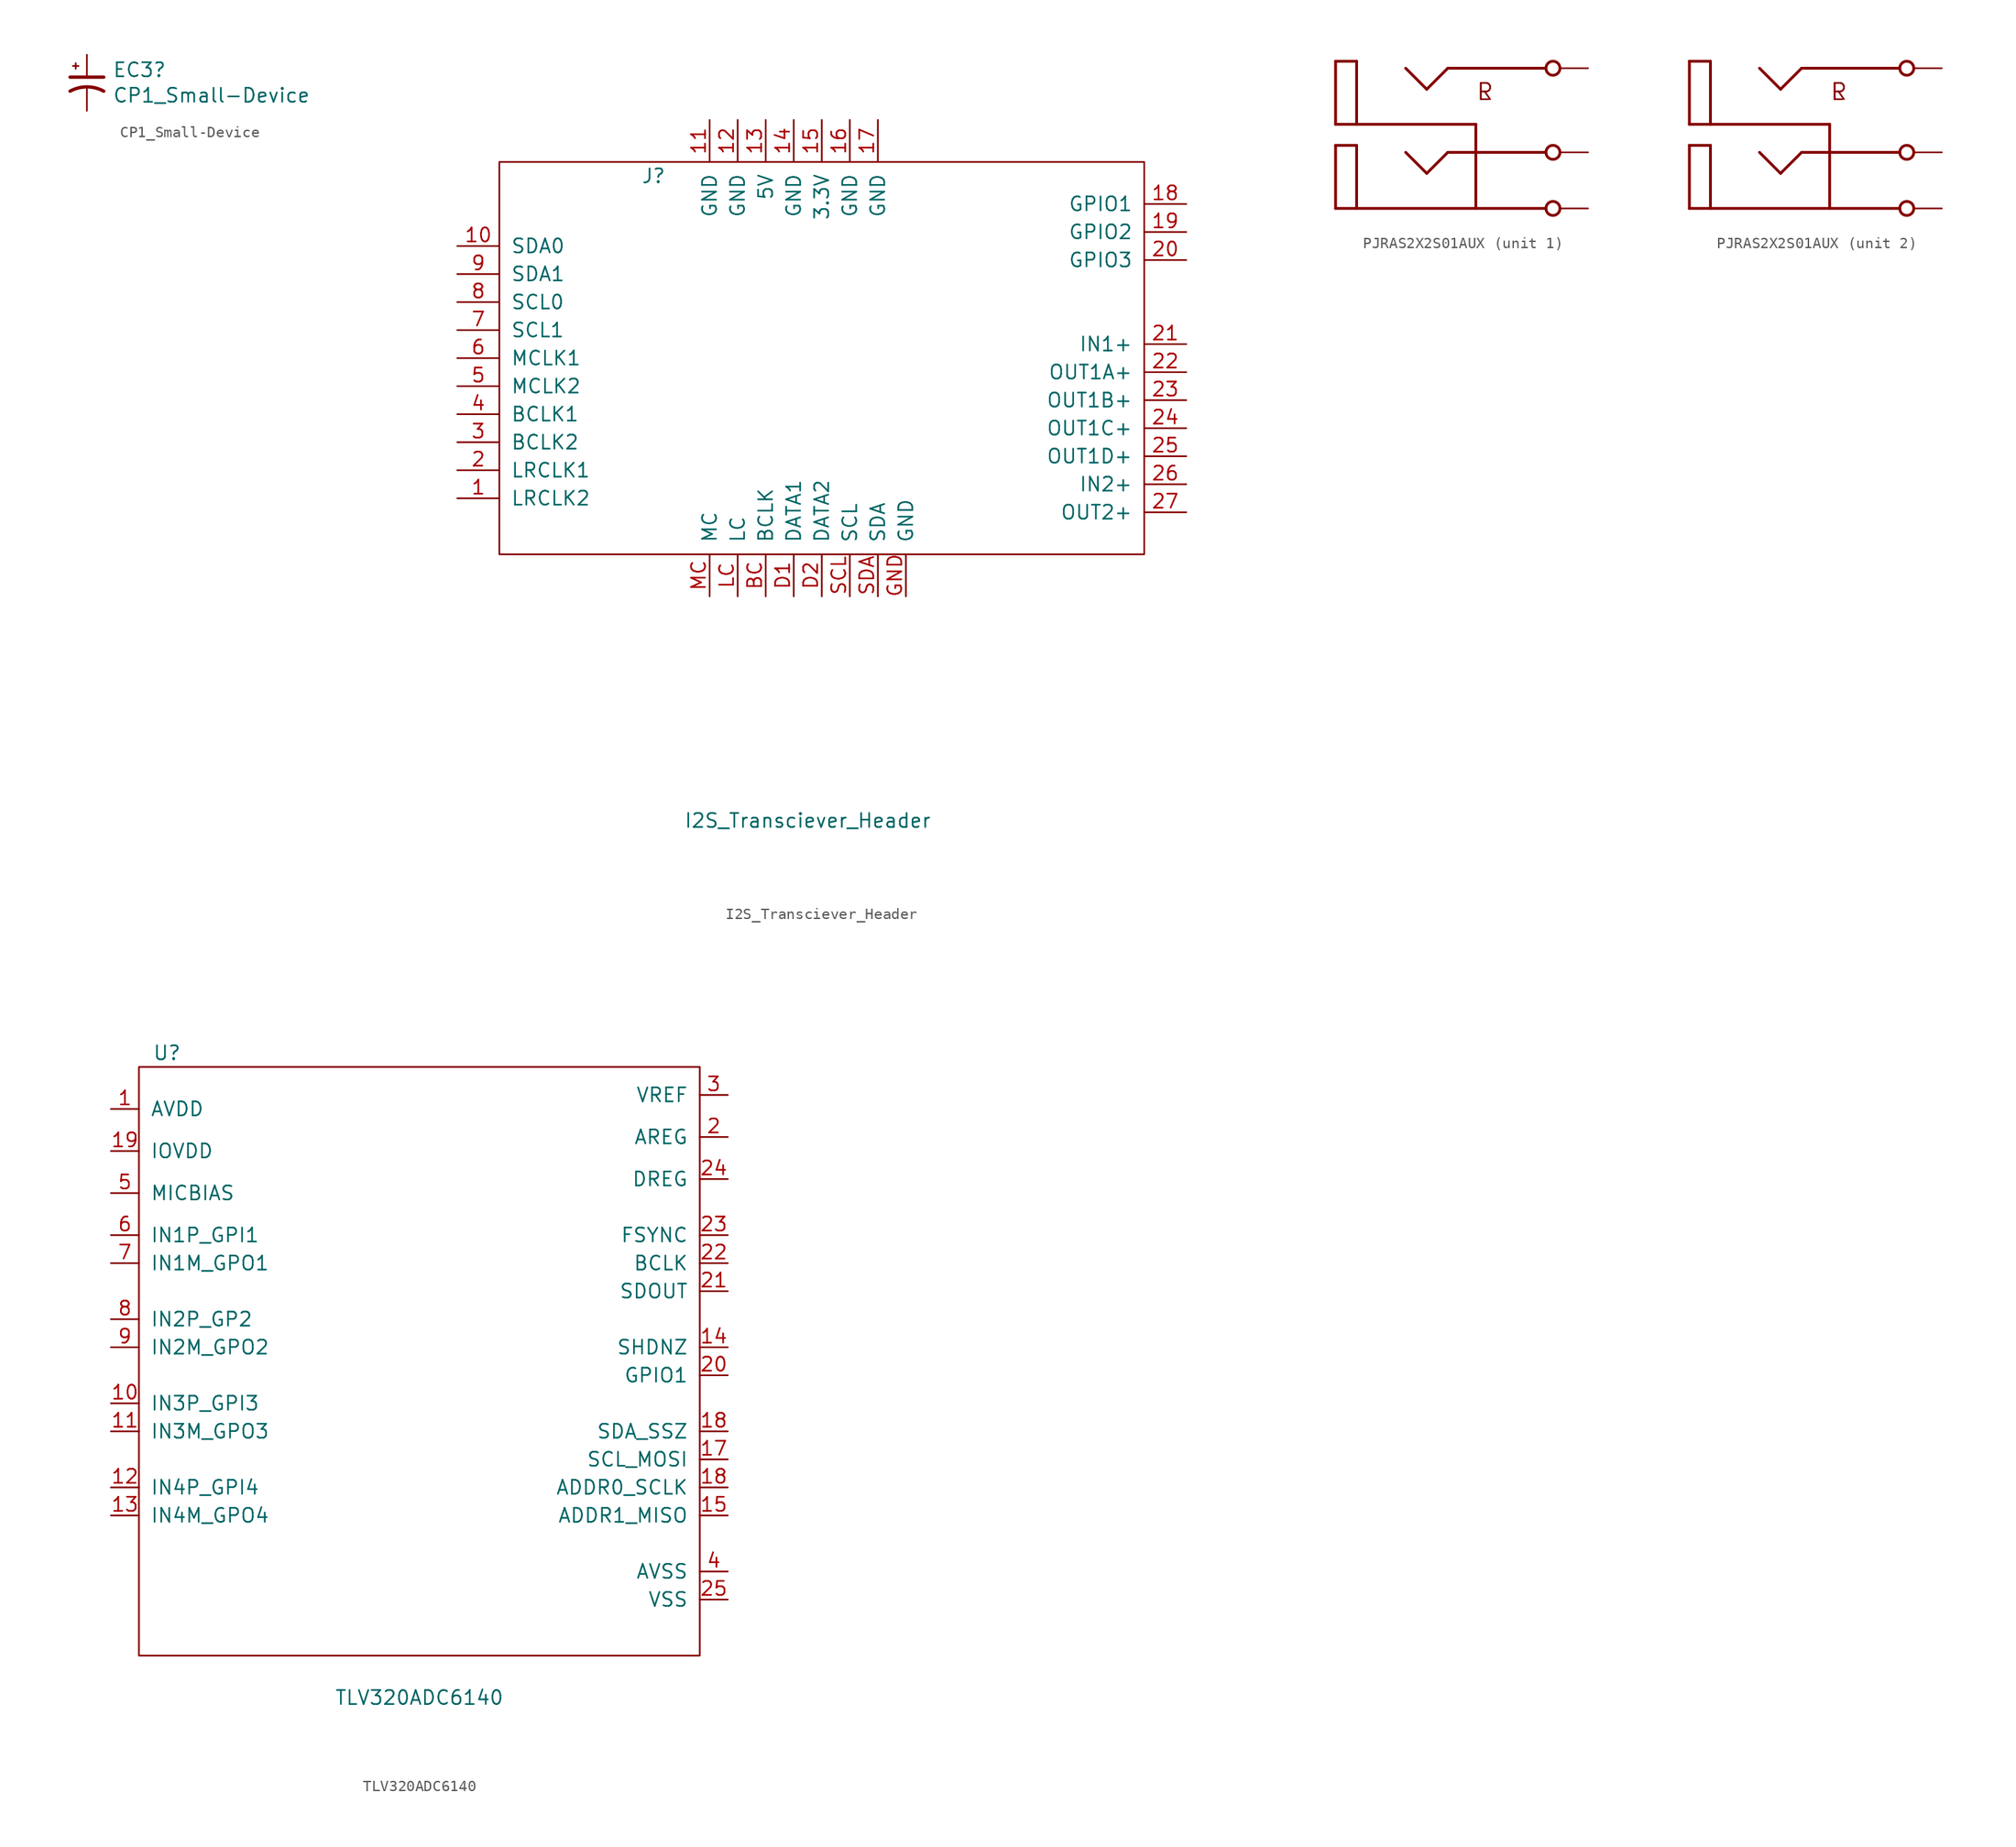
<source format=kicad_sym>
(kicad_symbol_lib
  (version 20211014)
  (generator kicad_symbol_editor)
  (symbol "CP1_Small-Device"
    (pin_numbers hide)
    (pin_names
      (offset 0.254) hide)
    (property "Reference" "EC3"
      (at 2.311 1.168 0)
      (effects (font (size 1.27 1.27)) (justify left)))
    (property "Value" "CP1_Small-Device"
      (at 2.311 -1.143 0)
      (effects (font (size 1.27 1.27)) (justify left)))
    (symbol "CP1_Small-Device_0_1"
      (polyline (pts (xy -1.524 0.508) (xy 1.524 0.508)) (stroke (width 0.305) (type default) (color 0 0 0 0)) (fill (type none)))
      (polyline (pts (xy -1.27 1.524) (xy -0.762 1.524)) (stroke (width 0) (type default) (color 0 0 0 0)) (fill (type none)))
      (polyline (pts (xy -1.016 1.27) (xy -1.016 1.778)) (stroke (width 0) (type default) (color 0 0 0 0)) (fill (type none)))
      (arc (start 1.524 -0.762) (mid 0 -0.3734) (end -1.524 -0.762) (stroke (width 0.3048) (type default) (color 0 0 0 0)) (fill (type none))))
    (symbol "CP1_Small-Device_1_1"
      (pin passive line (at 0 2.54 270) (length 2.032) (name "~" (effects (font (size 1.27 1.27)))) (number "1" (effects (font (size 1.27 1.27)))))
      (pin passive line (at 0 -2.54 90) (length 2.032) (name "~" (effects (font (size 1.27 1.27)))) (number "2" (effects (font (size 1.27 1.27)))))))
  (symbol "I2S_Transciever_Header"
    (pin_names
      (offset 1.016))
    (property "Reference" "J"
      (at -12.7 16.51 0)
      (effects (font (size 1.27 1.27))))
    (property "Value" "I2S_Transciever_Header"
      (at 1.27 -41.91 0)
      (effects (font (size 1.27 1.27))))
    (symbol "I2S_Transciever_Header_0_1"
      (rectangle (start -26.67 17.78) (end 31.75 -17.78) (stroke (width 0) (type default) (color 0 0 0 0)) (fill (type none))))
    (symbol "I2S_Transciever_Header_1_1"
      (pin passive line (at -30.48 -12.7 0) (length 3.81) (name "LRCLK2" (effects (font (size 1.27 1.27)))) (number "1" (effects (font (size 1.27 1.27)))))
      (pin passive line (at -30.48 10.16 0) (length 3.81) (name "SDA0" (effects (font (size 1.27 1.27)))) (number "10" (effects (font (size 1.27 1.27)))))
      (pin passive line (at -7.62 21.59 270) (length 3.81) (name "GND" (effects (font (size 1.27 1.27)))) (number "11" (effects (font (size 1.27 1.27)))))
      (pin passive line (at -5.08 21.59 270) (length 3.81) (name "GND" (effects (font (size 1.27 1.27)))) (number "12" (effects (font (size 1.27 1.27)))))
      (pin passive line (at -2.54 21.59 270) (length 3.81) (name "5V" (effects (font (size 1.27 1.27)))) (number "13" (effects (font (size 1.27 1.27)))))
      (pin passive line (at 0 21.59 270) (length 3.81) (name "GND" (effects (font (size 1.27 1.27)))) (number "14" (effects (font (size 1.27 1.27)))))
      (pin passive line (at 2.54 21.59 270) (length 3.81) (name "3.3V" (effects (font (size 1.27 1.27)))) (number "15" (effects (font (size 1.27 1.27)))))
      (pin passive line (at 5.08 21.59 270) (length 3.81) (name "GND" (effects (font (size 1.27 1.27)))) (number "16" (effects (font (size 1.27 1.27)))))
      (pin passive line (at 7.62 21.59 270) (length 3.81) (name "GND" (effects (font (size 1.27 1.27)))) (number "17" (effects (font (size 1.27 1.27)))))
      (pin passive line (at 35.56 13.97 180) (length 3.81) (name "GPIO1" (effects (font (size 1.27 1.27)))) (number "18" (effects (font (size 1.27 1.27)))))
      (pin passive line (at 35.56 11.43 180) (length 3.81) (name "GPIO2" (effects (font (size 1.27 1.27)))) (number "19" (effects (font (size 1.27 1.27)))))
      (pin passive line (at -30.48 -10.16 0) (length 3.81) (name "LRCLK1" (effects (font (size 1.27 1.27)))) (number "2" (effects (font (size 1.27 1.27)))))
      (pin passive line (at 35.56 8.89 180) (length 3.81) (name "GPIO3" (effects (font (size 1.27 1.27)))) (number "20" (effects (font (size 1.27 1.27)))))
      (pin passive line (at 35.56 1.27 180) (length 3.81) (name "IN1+" (effects (font (size 1.27 1.27)))) (number "21" (effects (font (size 1.27 1.27)))))
      (pin passive line (at 35.56 -1.27 180) (length 3.81) (name "OUT1A+" (effects (font (size 1.27 1.27)))) (number "22" (effects (font (size 1.27 1.27)))))
      (pin passive line (at 35.56 -3.81 180) (length 3.81) (name "OUT1B+" (effects (font (size 1.27 1.27)))) (number "23" (effects (font (size 1.27 1.27)))))
      (pin passive line (at 35.56 -6.35 180) (length 3.81) (name "OUT1C+" (effects (font (size 1.27 1.27)))) (number "24" (effects (font (size 1.27 1.27)))))
      (pin passive line (at 35.56 -8.89 180) (length 3.81) (name "OUT1D+" (effects (font (size 1.27 1.27)))) (number "25" (effects (font (size 1.27 1.27)))))
      (pin passive line (at 35.56 -11.43 180) (length 3.81) (name "IN2+" (effects (font (size 1.27 1.27)))) (number "26" (effects (font (size 1.27 1.27)))))
      (pin passive line (at 35.56 -13.97 180) (length 3.81) (name "OUT2+" (effects (font (size 1.27 1.27)))) (number "27" (effects (font (size 1.27 1.27)))))
      (pin passive line (at -30.48 -7.62 0) (length 3.81) (name "BCLK2" (effects (font (size 1.27 1.27)))) (number "3" (effects (font (size 1.27 1.27)))))
      (pin passive line (at -30.48 -5.08 0) (length 3.81) (name "BCLK1" (effects (font (size 1.27 1.27)))) (number "4" (effects (font (size 1.27 1.27)))))
      (pin passive line (at -30.48 -2.54 0) (length 3.81) (name "MCLK2" (effects (font (size 1.27 1.27)))) (number "5" (effects (font (size 1.27 1.27)))))
      (pin passive line (at -30.48 0 0) (length 3.81) (name "MCLK1" (effects (font (size 1.27 1.27)))) (number "6" (effects (font (size 1.27 1.27)))))
      (pin passive line (at -30.48 2.54 0) (length 3.81) (name "SCL1" (effects (font (size 1.27 1.27)))) (number "7" (effects (font (size 1.27 1.27)))))
      (pin passive line (at -30.48 5.08 0) (length 3.81) (name "SCL0" (effects (font (size 1.27 1.27)))) (number "8" (effects (font (size 1.27 1.27)))))
      (pin passive line (at -30.48 7.62 0) (length 3.81) (name "SDA1" (effects (font (size 1.27 1.27)))) (number "9" (effects (font (size 1.27 1.27)))))
      (pin passive line (at -2.54 -21.59 90) (length 3.81) (name "BCLK" (effects (font (size 1.27 1.27)))) (number "BC" (effects (font (size 1.27 1.27)))))
      (pin passive line (at 0 -21.59 90) (length 3.81) (name "DATA1" (effects (font (size 1.27 1.27)))) (number "D1" (effects (font (size 1.27 1.27)))))
      (pin passive line (at 2.54 -21.59 90) (length 3.81) (name "DATA2" (effects (font (size 1.27 1.27)))) (number "D2" (effects (font (size 1.27 1.27)))))
      (pin passive line (at 10.16 -21.59 90) (length 3.81) (name "GND" (effects (font (size 1.27 1.27)))) (number "GND" (effects (font (size 1.27 1.27)))))
      (pin passive line (at -5.08 -21.59 90) (length 3.81) (name "LC" (effects (font (size 1.27 1.27)))) (number "LC" (effects (font (size 1.27 1.27)))))
      (pin passive line (at -7.62 -21.59 90) (length 3.81) (name "MC" (effects (font (size 1.27 1.27)))) (number "MC" (effects (font (size 1.27 1.27)))))
      (pin passive line (at 5.08 -21.59 90) (length 3.81) (name "SCL" (effects (font (size 1.27 1.27)))) (number "SCL" (effects (font (size 1.27 1.27)))))
      (pin passive line (at 7.62 -21.59 90) (length 3.81) (name "SDA" (effects (font (size 1.27 1.27)))) (number "SDA" (effects (font (size 1.27 1.27)))))))
  (symbol "PJRAS2X2S01AUX"
    (pin_numbers hide)
    (pin_names
      (offset 1.016) hide)
    (property "Reference" "RCA_IN1"
      (at 0 0 0)
      (effects (font (size 1.27 1.27)) (justify left bottom) hide))
    (property "ki_locked" ""
      (at 0 0 0)
      (effects (font (size 1.27 1.27))))
    (symbol "PJRAS2X2S01AUX_0_0"
      (text "L" (at 2.54 5.08 0) (effects (font (size 1.473 1.473)) (justify left top)))
      (text "R" (at 2.54 5.08 0) (effects (font (size 1.473 1.473)) (justify left top))))
    (symbol "PJRAS2X2S01AUX_1_0"
      (polyline (pts (xy -10.16 -6.35) (xy 8.89 -6.35)) (stroke (width 0.254) (type default) (color 0 0 0 0)) (fill (type none)))
      (polyline (pts (xy -10.16 -0.635) (xy -10.16 -6.35)) (stroke (width 0.254) (type default) (color 0 0 0 0)) (fill (type none)))
      (polyline (pts (xy -10.16 -0.635) (xy -8.255 -0.635)) (stroke (width 0.254) (type default) (color 0 0 0 0)) (fill (type none)))
      (polyline (pts (xy -10.16 1.27) (xy 2.54 1.27)) (stroke (width 0.254) (type default) (color 0 0 0 0)) (fill (type none)))
      (polyline (pts (xy -10.16 6.985) (xy -10.16 1.27)) (stroke (width 0.254) (type default) (color 0 0 0 0)) (fill (type none)))
      (polyline (pts (xy -10.16 6.985) (xy -8.255 6.985)) (stroke (width 0.254) (type default) (color 0 0 0 0)) (fill (type none)))
      (polyline (pts (xy -8.255 -0.635) (xy -8.255 -6.35)) (stroke (width 0.254) (type default) (color 0 0 0 0)) (fill (type none)))
      (polyline (pts (xy -8.255 6.985) (xy -8.255 1.27)) (stroke (width 0.254) (type default) (color 0 0 0 0)) (fill (type none)))
      (polyline (pts (xy -3.81 -1.27) (xy -1.905 -3.175)) (stroke (width 0.254) (type default) (color 0 0 0 0)) (fill (type none)))
      (polyline (pts (xy -3.81 6.35) (xy -1.905 4.445)) (stroke (width 0.254) (type default) (color 0 0 0 0)) (fill (type none)))
      (polyline (pts (xy -1.905 -3.175) (xy 0 -1.27)) (stroke (width 0.254) (type default) (color 0 0 0 0)) (fill (type none)))
      (polyline (pts (xy -1.905 4.445) (xy 0 6.35)) (stroke (width 0.254) (type default) (color 0 0 0 0)) (fill (type none)))
      (polyline (pts (xy 0 -1.27) (xy 8.89 -1.27)) (stroke (width 0.254) (type default) (color 0 0 0 0)) (fill (type none)))
      (polyline (pts (xy 0 6.35) (xy 8.89 6.35)) (stroke (width 0.254) (type default) (color 0 0 0 0)) (fill (type none)))
      (polyline (pts (xy 2.54 1.27) (xy 2.54 -6.35)) (stroke (width 0.254) (type default) (color 0 0 0 0)) (fill (type none)))
      (circle (center 9.525 -6.35) (radius 0.635) (stroke (width 0.254) (type default) (color 0 0 0 0)) (fill (type none)))
      (circle (center 9.525 -1.27) (radius 0.635) (stroke (width 0.254) (type default) (color 0 0 0 0)) (fill (type none)))
      (circle (center 9.525 6.35) (radius 0.635) (stroke (width 0.254) (type default) (color 0 0 0 0)) (fill (type none)))
      (pin passive line (at 12.7 -6.35 180) (length 2.54) (name "1S" (effects (font (size 1.016 1.016)))) (number "1S" (effects (font (size 1.016 1.016)))))
      (pin passive line (at 12.7 -1.27 180) (length 2.54) (name "1T1" (effects (font (size 1.016 1.016)))) (number "1T1" (effects (font (size 1.016 1.016)))))
      (pin passive line (at 12.7 6.35 180) (length 2.54) (name "1T2" (effects (font (size 1.016 1.016)))) (number "1T2" (effects (font (size 1.016 1.016))))))
    (symbol "PJRAS2X2S01AUX_2_0"
      (polyline (pts (xy -10.16 -6.35) (xy 8.89 -6.35)) (stroke (width 0.254) (type default) (color 0 0 0 0)) (fill (type none)))
      (polyline (pts (xy -10.16 -0.635) (xy -10.16 -6.35)) (stroke (width 0.254) (type default) (color 0 0 0 0)) (fill (type none)))
      (polyline (pts (xy -10.16 -0.635) (xy -8.255 -0.635)) (stroke (width 0.254) (type default) (color 0 0 0 0)) (fill (type none)))
      (polyline (pts (xy -10.16 1.27) (xy 2.54 1.27)) (stroke (width 0.254) (type default) (color 0 0 0 0)) (fill (type none)))
      (polyline (pts (xy -10.16 6.985) (xy -10.16 1.27)) (stroke (width 0.254) (type default) (color 0 0 0 0)) (fill (type none)))
      (polyline (pts (xy -10.16 6.985) (xy -8.255 6.985)) (stroke (width 0.254) (type default) (color 0 0 0 0)) (fill (type none)))
      (polyline (pts (xy -8.255 -0.635) (xy -8.255 -6.35)) (stroke (width 0.254) (type default) (color 0 0 0 0)) (fill (type none)))
      (polyline (pts (xy -8.255 6.985) (xy -8.255 1.27)) (stroke (width 0.254) (type default) (color 0 0 0 0)) (fill (type none)))
      (polyline (pts (xy -3.81 -1.27) (xy -1.905 -3.175)) (stroke (width 0.254) (type default) (color 0 0 0 0)) (fill (type none)))
      (polyline (pts (xy -3.81 6.35) (xy -1.905 4.445)) (stroke (width 0.254) (type default) (color 0 0 0 0)) (fill (type none)))
      (polyline (pts (xy -1.905 -3.175) (xy 0 -1.27)) (stroke (width 0.254) (type default) (color 0 0 0 0)) (fill (type none)))
      (polyline (pts (xy -1.905 4.445) (xy 0 6.35)) (stroke (width 0.254) (type default) (color 0 0 0 0)) (fill (type none)))
      (polyline (pts (xy 0 -1.27) (xy 8.89 -1.27)) (stroke (width 0.254) (type default) (color 0 0 0 0)) (fill (type none)))
      (polyline (pts (xy 0 6.35) (xy 8.89 6.35)) (stroke (width 0.254) (type default) (color 0 0 0 0)) (fill (type none)))
      (polyline (pts (xy 2.54 1.27) (xy 2.54 -6.35)) (stroke (width 0.254) (type default) (color 0 0 0 0)) (fill (type none)))
      (circle (center 9.525 -6.35) (radius 0.635) (stroke (width 0.254) (type default) (color 0 0 0 0)) (fill (type none)))
      (circle (center 9.525 -1.27) (radius 0.635) (stroke (width 0.254) (type default) (color 0 0 0 0)) (fill (type none)))
      (circle (center 9.525 6.35) (radius 0.635) (stroke (width 0.254) (type default) (color 0 0 0 0)) (fill (type none)))
      (pin passive line (at 12.7 -6.35 180) (length 2.54) (name "2S" (effects (font (size 1.016 1.016)))) (number "2S" (effects (font (size 1.016 1.016)))))
      (pin passive line (at 12.7 -1.27 180) (length 2.54) (name "2T1" (effects (font (size 1.016 1.016)))) (number "2T1" (effects (font (size 1.016 1.016)))))
      (pin passive line (at 12.7 6.35 180) (length 2.54) (name "2T2" (effects (font (size 1.016 1.016)))) (number "2T2" (effects (font (size 1.016 1.016)))))))
  (symbol "TLV320ADC6140"
    (pin_names
      (offset 1.016))
    (property "Reference" "U"
      (at -22.86 25.4 0)
      (effects (font (size 1.27 1.27))))
    (property "Value" "TLV320ADC6140"
      (at 0 -33.02 0)
      (effects (font (size 1.27 1.27))))
    (symbol "TLV320ADC6140_0_1"
      (rectangle (start -25.4 24.13) (end 25.4 -29.21) (stroke (width 0) (type default) (color 0 0 0 0)) (fill (type none))))
    (symbol "TLV320ADC6140_1_1"
      (pin input line (at -27.94 20.32 0) (length 2.54) (name "AVDD" (effects (font (size 1.27 1.27)))) (number "1" (effects (font (size 1.27 1.27)))))
      (pin input line (at -27.94 -6.35 0) (length 2.54) (name "IN3P_GPI3" (effects (font (size 1.27 1.27)))) (number "10" (effects (font (size 1.27 1.27)))))
      (pin input line (at -27.94 -8.89 0) (length 2.54) (name "IN3M_GPO3" (effects (font (size 1.27 1.27)))) (number "11" (effects (font (size 1.27 1.27)))))
      (pin input line (at -27.94 -13.97 0) (length 2.54) (name "IN4P_GPI4" (effects (font (size 1.27 1.27)))) (number "12" (effects (font (size 1.27 1.27)))))
      (pin input line (at -27.94 -16.51 0) (length 2.54) (name "IN4M_GPO4" (effects (font (size 1.27 1.27)))) (number "13" (effects (font (size 1.27 1.27)))))
      (pin input line (at 27.94 -1.27 180) (length 2.54) (name "SHDNZ" (effects (font (size 1.27 1.27)))) (number "14" (effects (font (size 1.27 1.27)))))
      (pin input line (at 27.94 -16.51 180) (length 2.54) (name "ADDR1_MISO" (effects (font (size 1.27 1.27)))) (number "15" (effects (font (size 1.27 1.27)))))
      (pin input line (at 27.94 -11.43 180) (length 2.54) (name "SCL_MOSI" (effects (font (size 1.27 1.27)))) (number "17" (effects (font (size 1.27 1.27)))))
      (pin input line (at 27.94 -13.97 180) (length 2.54) (name "ADDR0_SCLK" (effects (font (size 1.27 1.27)))) (number "18" (effects (font (size 1.27 1.27)))))
      (pin input line (at 27.94 -8.89 180) (length 2.54) (name "SDA_SSZ" (effects (font (size 1.27 1.27)))) (number "18" (effects (font (size 1.27 1.27)))))
      (pin input line (at -27.94 16.51 0) (length 2.54) (name "IOVDD" (effects (font (size 1.27 1.27)))) (number "19" (effects (font (size 1.27 1.27)))))
      (pin input line (at 27.94 17.78 180) (length 2.54) (name "AREG" (effects (font (size 1.27 1.27)))) (number "2" (effects (font (size 1.27 1.27)))))
      (pin input line (at 27.94 -3.81 180) (length 2.54) (name "GPIO1" (effects (font (size 1.27 1.27)))) (number "20" (effects (font (size 1.27 1.27)))))
      (pin input line (at 27.94 3.81 180) (length 2.54) (name "SDOUT" (effects (font (size 1.27 1.27)))) (number "21" (effects (font (size 1.27 1.27)))))
      (pin input line (at 27.94 6.35 180) (length 2.54) (name "BCLK" (effects (font (size 1.27 1.27)))) (number "22" (effects (font (size 1.27 1.27)))))
      (pin input line (at 27.94 8.89 180) (length 2.54) (name "FSYNC" (effects (font (size 1.27 1.27)))) (number "23" (effects (font (size 1.27 1.27)))))
      (pin input line (at 27.94 13.97 180) (length 2.54) (name "DREG" (effects (font (size 1.27 1.27)))) (number "24" (effects (font (size 1.27 1.27)))))
      (pin input line (at 27.94 -24.13 180) (length 2.54) (name "VSS" (effects (font (size 1.27 1.27)))) (number "25" (effects (font (size 1.27 1.27)))))
      (pin input line (at 27.94 21.59 180) (length 2.54) (name "VREF" (effects (font (size 1.27 1.27)))) (number "3" (effects (font (size 1.27 1.27)))))
      (pin input line (at 27.94 -21.59 180) (length 2.54) (name "AVSS" (effects (font (size 1.27 1.27)))) (number "4" (effects (font (size 1.27 1.27)))))
      (pin input line (at -27.94 12.7 0) (length 2.54) (name "MICBIAS" (effects (font (size 1.27 1.27)))) (number "5" (effects (font (size 1.27 1.27)))))
      (pin input line (at -27.94 8.89 0) (length 2.54) (name "IN1P_GPI1" (effects (font (size 1.27 1.27)))) (number "6" (effects (font (size 1.27 1.27)))))
      (pin input line (at -27.94 6.35 0) (length 2.54) (name "IN1M_GPO1" (effects (font (size 1.27 1.27)))) (number "7" (effects (font (size 1.27 1.27)))))
      (pin input line (at -27.94 1.27 0) (length 2.54) (name "IN2P_GP2" (effects (font (size 1.27 1.27)))) (number "8" (effects (font (size 1.27 1.27)))))
      (pin input line (at -27.94 -1.27 0) (length 2.54) (name "IN2M_GPO2" (effects (font (size 1.27 1.27)))) (number "9" (effects (font (size 1.27 1.27))))))))
</source>
